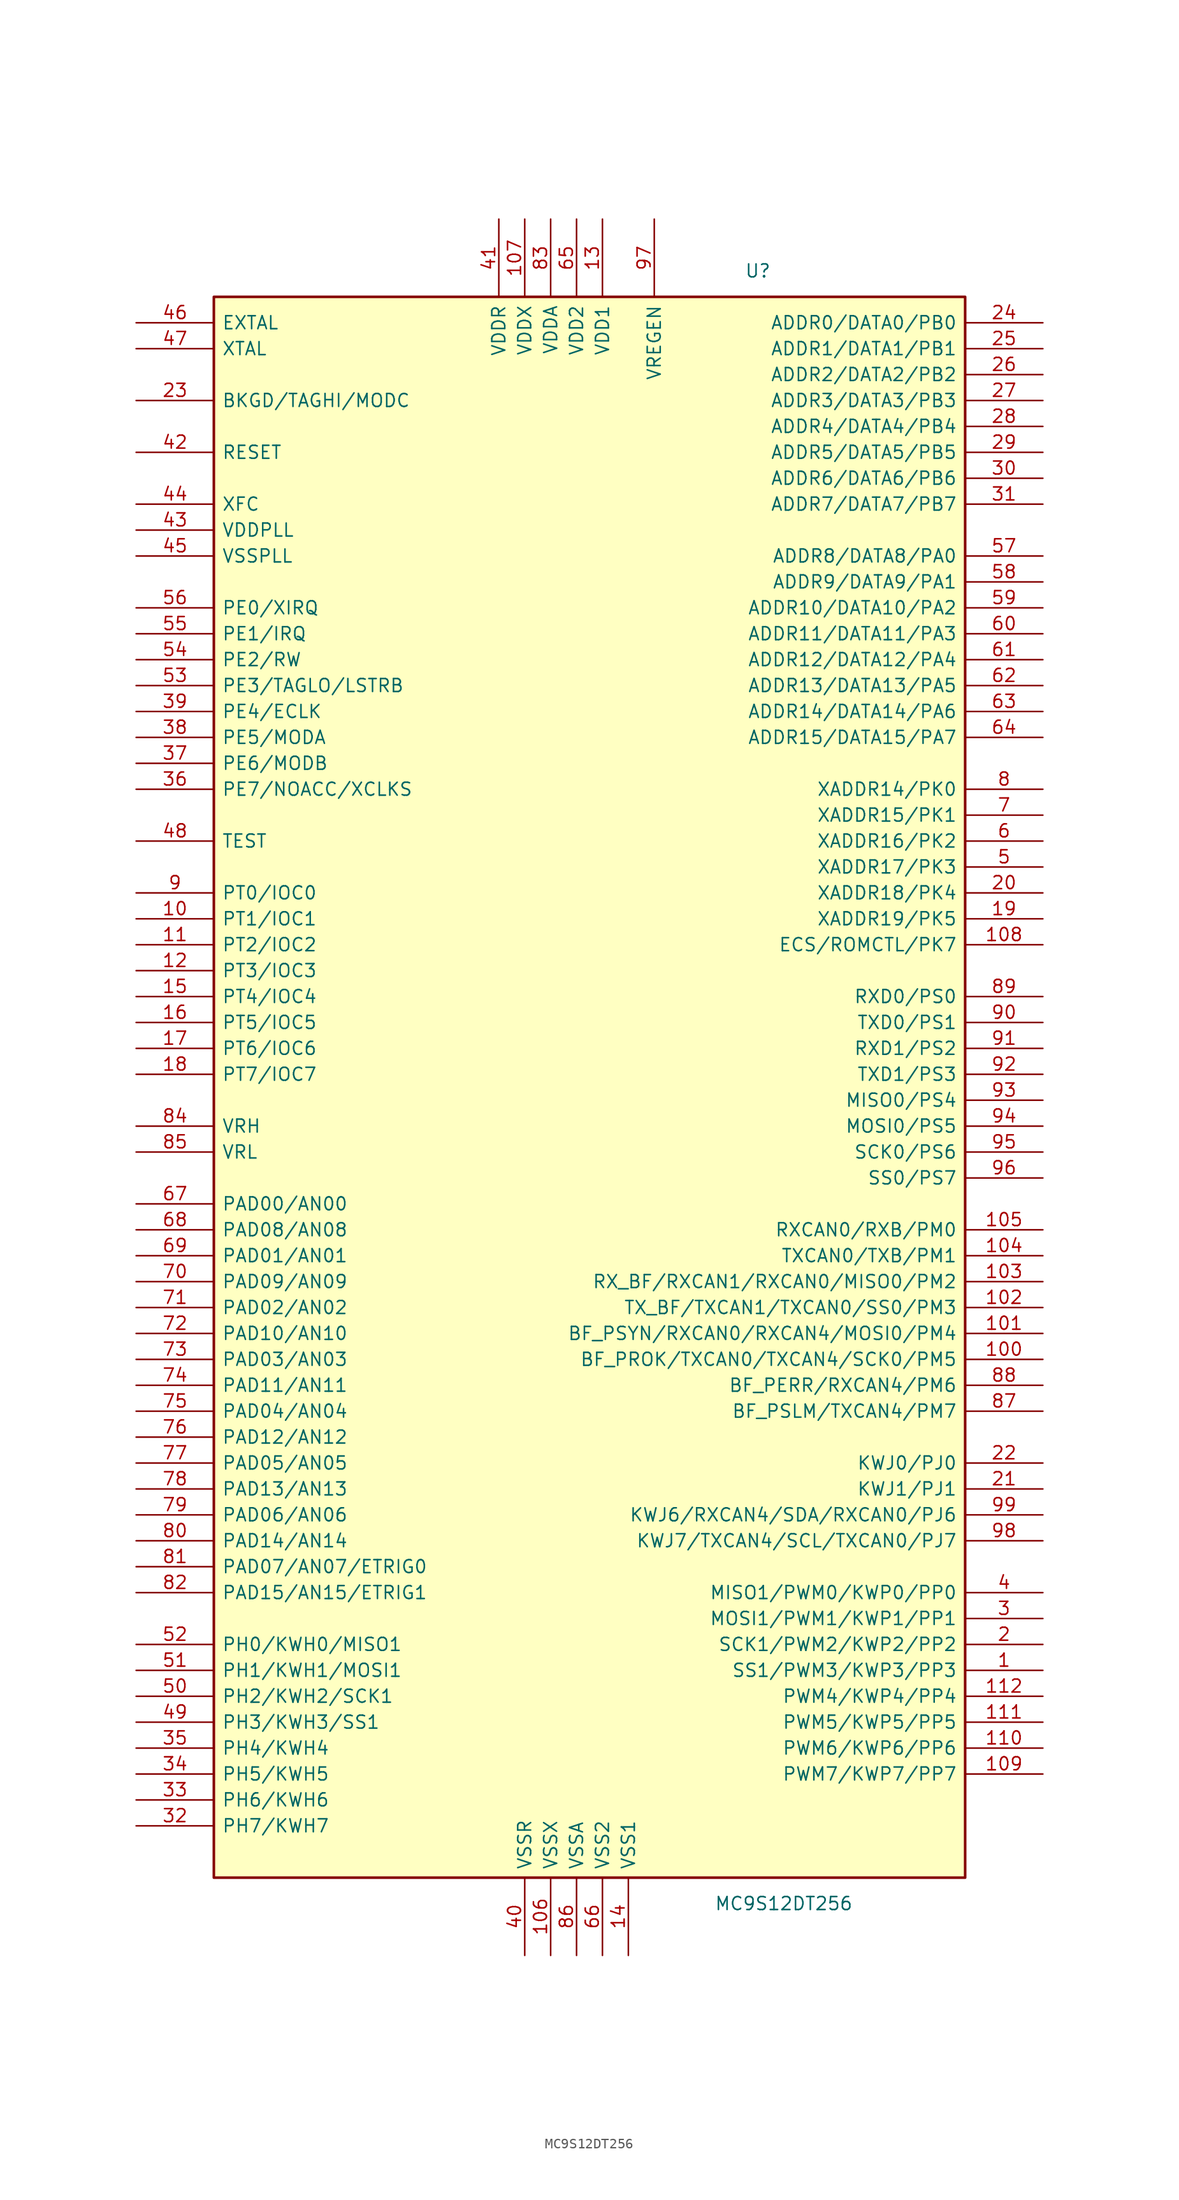
<source format=kicad_sym>
(kicad_symbol_lib
  (version 20231120)
  (generator "kicad_symbol_editor")
  (generator_version "8.0")
  (symbol "MC9S12DT256"
    (pin_names
      (offset 0.762))
    (property "Reference" "U"
      (at 17.78 86.36 0)
      (effects (font (size 1.27 1.27))))
    (property "Value" "MC9S12DT256"
      (at 20.32 -73.66 0)
      (effects (font (size 1.27 1.27))))
    (symbol "MC9S12DT256_0_1"
      (rectangle (start -35.56 83.82) (end 38.1 -71.12) (stroke (width 0.254) (type default)) (fill (type background))))
    (symbol "MC9S12DT256_1_1"
      (pin bidirectional line (at 45.72 -50.8 180) (length 7.62) (name "SS1/PWM3/KWP3/PP3" (effects (font (size 1.27 1.27)))) (number "1" (effects (font (size 1.27 1.27)))))
      (pin bidirectional line (at -43.18 22.86 0) (length 7.62) (name "PT1/IOC1" (effects (font (size 1.27 1.27)))) (number "10" (effects (font (size 1.27 1.27)))))
      (pin bidirectional line (at 45.72 -20.32 180) (length 7.62) (name "BF_PROK/TXCAN0/TXCAN4/SCK0/PM5" (effects (font (size 1.27 1.27)))) (number "100" (effects (font (size 1.27 1.27)))))
      (pin bidirectional line (at 45.72 -17.78 180) (length 7.62) (name "BF_PSYN/RXCAN0/RXCAN4/MOSI0/PM4" (effects (font (size 1.27 1.27)))) (number "101" (effects (font (size 1.27 1.27)))))
      (pin bidirectional line (at 45.72 -15.24 180) (length 7.62) (name "TX_BF/TXCAN1/TXCAN0/SS0/PM3" (effects (font (size 1.27 1.27)))) (number "102" (effects (font (size 1.27 1.27)))))
      (pin bidirectional line (at 45.72 -12.7 180) (length 7.62) (name "RX_BF/RXCAN1/RXCAN0/MISO0/PM2" (effects (font (size 1.27 1.27)))) (number "103" (effects (font (size 1.27 1.27)))))
      (pin bidirectional line (at 45.72 -10.16 180) (length 7.62) (name "TXCAN0/TXB/PM1" (effects (font (size 1.27 1.27)))) (number "104" (effects (font (size 1.27 1.27)))))
      (pin bidirectional line (at 45.72 -7.62 180) (length 7.62) (name "RXCAN0/RXB/PM0" (effects (font (size 1.27 1.27)))) (number "105" (effects (font (size 1.27 1.27)))))
      (pin power_in line (at -2.54 -78.74 90) (length 7.62) (name "VSSX" (effects (font (size 1.27 1.27)))) (number "106" (effects (font (size 1.27 1.27)))))
      (pin power_in line (at -5.08 91.44 270) (length 7.62) (name "VDDX" (effects (font (size 1.27 1.27)))) (number "107" (effects (font (size 1.27 1.27)))))
      (pin bidirectional line (at 45.72 20.32 180) (length 7.62) (name "ECS/ROMCTL/PK7" (effects (font (size 1.27 1.27)))) (number "108" (effects (font (size 1.27 1.27)))))
      (pin bidirectional line (at 45.72 -60.96 180) (length 7.62) (name "PWM7/KWP7/PP7" (effects (font (size 1.27 1.27)))) (number "109" (effects (font (size 1.27 1.27)))))
      (pin bidirectional line (at -43.18 20.32 0) (length 7.62) (name "PT2/IOC2" (effects (font (size 1.27 1.27)))) (number "11" (effects (font (size 1.27 1.27)))))
      (pin bidirectional line (at 45.72 -58.42 180) (length 7.62) (name "PWM6/KWP6/PP6" (effects (font (size 1.27 1.27)))) (number "110" (effects (font (size 1.27 1.27)))))
      (pin bidirectional line (at 45.72 -55.88 180) (length 7.62) (name "PWM5/KWP5/PP5" (effects (font (size 1.27 1.27)))) (number "111" (effects (font (size 1.27 1.27)))))
      (pin bidirectional line (at 45.72 -53.34 180) (length 7.62) (name "PWM4/KWP4/PP4" (effects (font (size 1.27 1.27)))) (number "112" (effects (font (size 1.27 1.27)))))
      (pin bidirectional line (at -43.18 17.78 0) (length 7.62) (name "PT3/IOC3" (effects (font (size 1.27 1.27)))) (number "12" (effects (font (size 1.27 1.27)))))
      (pin power_in line (at 2.54 91.44 270) (length 7.62) (name "VDD1" (effects (font (size 1.27 1.27)))) (number "13" (effects (font (size 1.27 1.27)))))
      (pin power_in line (at 5.08 -78.74 90) (length 7.62) (name "VSS1" (effects (font (size 1.27 1.27)))) (number "14" (effects (font (size 1.27 1.27)))))
      (pin bidirectional line (at -43.18 15.24 0) (length 7.62) (name "PT4/IOC4" (effects (font (size 1.27 1.27)))) (number "15" (effects (font (size 1.27 1.27)))))
      (pin bidirectional line (at -43.18 12.7 0) (length 7.62) (name "PT5/IOC5" (effects (font (size 1.27 1.27)))) (number "16" (effects (font (size 1.27 1.27)))))
      (pin bidirectional line (at -43.18 10.16 0) (length 7.62) (name "PT6/IOC6" (effects (font (size 1.27 1.27)))) (number "17" (effects (font (size 1.27 1.27)))))
      (pin bidirectional line (at -43.18 7.62 0) (length 7.62) (name "PT7/IOC7" (effects (font (size 1.27 1.27)))) (number "18" (effects (font (size 1.27 1.27)))))
      (pin bidirectional line (at 45.72 22.86 180) (length 7.62) (name "XADDR19/PK5" (effects (font (size 1.27 1.27)))) (number "19" (effects (font (size 1.27 1.27)))))
      (pin bidirectional line (at 45.72 -48.26 180) (length 7.62) (name "SCK1/PWM2/KWP2/PP2" (effects (font (size 1.27 1.27)))) (number "2" (effects (font (size 1.27 1.27)))))
      (pin bidirectional line (at 45.72 25.4 180) (length 7.62) (name "XADDR18/PK4" (effects (font (size 1.27 1.27)))) (number "20" (effects (font (size 1.27 1.27)))))
      (pin bidirectional line (at 45.72 -33.02 180) (length 7.62) (name "KWJ1/PJ1" (effects (font (size 1.27 1.27)))) (number "21" (effects (font (size 1.27 1.27)))))
      (pin bidirectional line (at 45.72 -30.48 180) (length 7.62) (name "KWJ0/PJ0" (effects (font (size 1.27 1.27)))) (number "22" (effects (font (size 1.27 1.27)))))
      (pin bidirectional line (at -43.18 73.66 0) (length 7.62) (name "BKGD/TAGHI/MODC" (effects (font (size 1.27 1.27)))) (number "23" (effects (font (size 1.27 1.27)))))
      (pin bidirectional line (at 45.72 81.28 180) (length 7.62) (name "ADDR0/DATA0/PB0" (effects (font (size 1.27 1.27)))) (number "24" (effects (font (size 1.27 1.27)))))
      (pin bidirectional line (at 45.72 78.74 180) (length 7.62) (name "ADDR1/DATA1/PB1" (effects (font (size 1.27 1.27)))) (number "25" (effects (font (size 1.27 1.27)))))
      (pin bidirectional line (at 45.72 76.2 180) (length 7.62) (name "ADDR2/DATA2/PB2" (effects (font (size 1.27 1.27)))) (number "26" (effects (font (size 1.27 1.27)))))
      (pin bidirectional line (at 45.72 73.66 180) (length 7.62) (name "ADDR3/DATA3/PB3" (effects (font (size 1.27 1.27)))) (number "27" (effects (font (size 1.27 1.27)))))
      (pin bidirectional line (at 45.72 71.12 180) (length 7.62) (name "ADDR4/DATA4/PB4" (effects (font (size 1.27 1.27)))) (number "28" (effects (font (size 1.27 1.27)))))
      (pin bidirectional line (at 45.72 68.58 180) (length 7.62) (name "ADDR5/DATA5/PB5" (effects (font (size 1.27 1.27)))) (number "29" (effects (font (size 1.27 1.27)))))
      (pin bidirectional line (at 45.72 -45.72 180) (length 7.62) (name "MOSI1/PWM1/KWP1/PP1" (effects (font (size 1.27 1.27)))) (number "3" (effects (font (size 1.27 1.27)))))
      (pin bidirectional line (at 45.72 66.04 180) (length 7.62) (name "ADDR6/DATA6/PB6" (effects (font (size 1.27 1.27)))) (number "30" (effects (font (size 1.27 1.27)))))
      (pin bidirectional line (at 45.72 63.5 180) (length 7.62) (name "ADDR7/DATA7/PB7" (effects (font (size 1.27 1.27)))) (number "31" (effects (font (size 1.27 1.27)))))
      (pin bidirectional line (at -43.18 -66.04 0) (length 7.62) (name "PH7/KWH7" (effects (font (size 1.27 1.27)))) (number "32" (effects (font (size 1.27 1.27)))))
      (pin bidirectional line (at -43.18 -63.5 0) (length 7.62) (name "PH6/KWH6" (effects (font (size 1.27 1.27)))) (number "33" (effects (font (size 1.27 1.27)))))
      (pin bidirectional line (at -43.18 -60.96 0) (length 7.62) (name "PH5/KWH5" (effects (font (size 1.27 1.27)))) (number "34" (effects (font (size 1.27 1.27)))))
      (pin bidirectional line (at -43.18 -58.42 0) (length 7.62) (name "PH4/KWH4" (effects (font (size 1.27 1.27)))) (number "35" (effects (font (size 1.27 1.27)))))
      (pin bidirectional line (at -43.18 35.56 0) (length 7.62) (name "PE7/NOACC/XCLKS" (effects (font (size 1.27 1.27)))) (number "36" (effects (font (size 1.27 1.27)))))
      (pin bidirectional line (at -43.18 38.1 0) (length 7.62) (name "PE6/MODB" (effects (font (size 1.27 1.27)))) (number "37" (effects (font (size 1.27 1.27)))))
      (pin bidirectional line (at -43.18 40.64 0) (length 7.62) (name "PE5/MODA" (effects (font (size 1.27 1.27)))) (number "38" (effects (font (size 1.27 1.27)))))
      (pin bidirectional line (at -43.18 43.18 0) (length 7.62) (name "PE4/ECLK" (effects (font (size 1.27 1.27)))) (number "39" (effects (font (size 1.27 1.27)))))
      (pin bidirectional line (at 45.72 -43.18 180) (length 7.62) (name "MISO1/PWM0/KWP0/PP0" (effects (font (size 1.27 1.27)))) (number "4" (effects (font (size 1.27 1.27)))))
      (pin power_in line (at -5.08 -78.74 90) (length 7.62) (name "VSSR" (effects (font (size 1.27 1.27)))) (number "40" (effects (font (size 1.27 1.27)))))
      (pin power_in line (at -7.62 91.44 270) (length 7.62) (name "VDDR" (effects (font (size 1.27 1.27)))) (number "41" (effects (font (size 1.27 1.27)))))
      (pin bidirectional line (at -43.18 68.58 0) (length 7.62) (name "RESET" (effects (font (size 1.27 1.27)))) (number "42" (effects (font (size 1.27 1.27)))))
      (pin power_in line (at -43.18 60.96 0) (length 7.62) (name "VDDPLL" (effects (font (size 1.27 1.27)))) (number "43" (effects (font (size 1.27 1.27)))))
      (pin bidirectional line (at -43.18 63.5 0) (length 7.62) (name "XFC" (effects (font (size 1.27 1.27)))) (number "44" (effects (font (size 1.27 1.27)))))
      (pin bidirectional line (at -43.18 58.42 0) (length 7.62) (name "VSSPLL" (effects (font (size 1.27 1.27)))) (number "45" (effects (font (size 1.27 1.27)))))
      (pin input line (at -43.18 81.28 0) (length 7.62) (name "EXTAL" (effects (font (size 1.27 1.27)))) (number "46" (effects (font (size 1.27 1.27)))))
      (pin output line (at -43.18 78.74 0) (length 7.62) (name "XTAL" (effects (font (size 1.27 1.27)))) (number "47" (effects (font (size 1.27 1.27)))))
      (pin input line (at -43.18 30.48 0) (length 7.62) (name "TEST" (effects (font (size 1.27 1.27)))) (number "48" (effects (font (size 1.27 1.27)))))
      (pin bidirectional line (at -43.18 -55.88 0) (length 7.62) (name "PH3/KWH3/SS1" (effects (font (size 1.27 1.27)))) (number "49" (effects (font (size 1.27 1.27)))))
      (pin bidirectional line (at 45.72 27.94 180) (length 7.62) (name "XADDR17/PK3" (effects (font (size 1.27 1.27)))) (number "5" (effects (font (size 1.27 1.27)))))
      (pin bidirectional line (at -43.18 -53.34 0) (length 7.62) (name "PH2/KWH2/SCK1" (effects (font (size 1.27 1.27)))) (number "50" (effects (font (size 1.27 1.27)))))
      (pin bidirectional line (at -43.18 -50.8 0) (length 7.62) (name "PH1/KWH1/MOSI1" (effects (font (size 1.27 1.27)))) (number "51" (effects (font (size 1.27 1.27)))))
      (pin bidirectional line (at -43.18 -48.26 0) (length 7.62) (name "PH0/KWH0/MISO1" (effects (font (size 1.27 1.27)))) (number "52" (effects (font (size 1.27 1.27)))))
      (pin bidirectional line (at -43.18 45.72 0) (length 7.62) (name "PE3/TAGLO/LSTRB" (effects (font (size 1.27 1.27)))) (number "53" (effects (font (size 1.27 1.27)))))
      (pin bidirectional line (at -43.18 48.26 0) (length 7.62) (name "PE2/RW" (effects (font (size 1.27 1.27)))) (number "54" (effects (font (size 1.27 1.27)))))
      (pin input line (at -43.18 50.8 0) (length 7.62) (name "PE1/IRQ" (effects (font (size 1.27 1.27)))) (number "55" (effects (font (size 1.27 1.27)))))
      (pin input line (at -43.18 53.34 0) (length 7.62) (name "PE0/XIRQ" (effects (font (size 1.27 1.27)))) (number "56" (effects (font (size 1.27 1.27)))))
      (pin bidirectional line (at 45.72 58.42 180) (length 7.62) (name "ADDR8/DATA8/PA0" (effects (font (size 1.27 1.27)))) (number "57" (effects (font (size 1.27 1.27)))))
      (pin bidirectional line (at 45.72 55.88 180) (length 7.62) (name "ADDR9/DATA9/PA1" (effects (font (size 1.27 1.27)))) (number "58" (effects (font (size 1.27 1.27)))))
      (pin bidirectional line (at 45.72 53.34 180) (length 7.62) (name "ADDR10/DATA10/PA2" (effects (font (size 1.27 1.27)))) (number "59" (effects (font (size 1.27 1.27)))))
      (pin bidirectional line (at 45.72 30.48 180) (length 7.62) (name "XADDR16/PK2" (effects (font (size 1.27 1.27)))) (number "6" (effects (font (size 1.27 1.27)))))
      (pin bidirectional line (at 45.72 50.8 180) (length 7.62) (name "ADDR11/DATA11/PA3" (effects (font (size 1.27 1.27)))) (number "60" (effects (font (size 1.27 1.27)))))
      (pin bidirectional line (at 45.72 48.26 180) (length 7.62) (name "ADDR12/DATA12/PA4" (effects (font (size 1.27 1.27)))) (number "61" (effects (font (size 1.27 1.27)))))
      (pin bidirectional line (at 45.72 45.72 180) (length 7.62) (name "ADDR13/DATA13/PA5" (effects (font (size 1.27 1.27)))) (number "62" (effects (font (size 1.27 1.27)))))
      (pin bidirectional line (at 45.72 43.18 180) (length 7.62) (name "ADDR14/DATA14/PA6" (effects (font (size 1.27 1.27)))) (number "63" (effects (font (size 1.27 1.27)))))
      (pin bidirectional line (at 45.72 40.64 180) (length 7.62) (name "ADDR15/DATA15/PA7" (effects (font (size 1.27 1.27)))) (number "64" (effects (font (size 1.27 1.27)))))
      (pin power_in line (at 0 91.44 270) (length 7.62) (name "VDD2" (effects (font (size 1.27 1.27)))) (number "65" (effects (font (size 1.27 1.27)))))
      (pin power_in line (at 2.54 -78.74 90) (length 7.62) (name "VSS2" (effects (font (size 1.27 1.27)))) (number "66" (effects (font (size 1.27 1.27)))))
      (pin input line (at -43.18 -5.08 0) (length 7.62) (name "PAD00/AN00" (effects (font (size 1.27 1.27)))) (number "67" (effects (font (size 1.27 1.27)))))
      (pin input line (at -43.18 -7.62 0) (length 7.62) (name "PAD08/AN08" (effects (font (size 1.27 1.27)))) (number "68" (effects (font (size 1.27 1.27)))))
      (pin input line (at -43.18 -10.16 0) (length 7.62) (name "PAD01/AN01" (effects (font (size 1.27 1.27)))) (number "69" (effects (font (size 1.27 1.27)))))
      (pin bidirectional line (at 45.72 33.02 180) (length 7.62) (name "XADDR15/PK1" (effects (font (size 1.27 1.27)))) (number "7" (effects (font (size 1.27 1.27)))))
      (pin input line (at -43.18 -12.7 0) (length 7.62) (name "PAD09/AN09" (effects (font (size 1.27 1.27)))) (number "70" (effects (font (size 1.27 1.27)))))
      (pin input line (at -43.18 -15.24 0) (length 7.62) (name "PAD02/AN02" (effects (font (size 1.27 1.27)))) (number "71" (effects (font (size 1.27 1.27)))))
      (pin input line (at -43.18 -17.78 0) (length 7.62) (name "PAD10/AN10" (effects (font (size 1.27 1.27)))) (number "72" (effects (font (size 1.27 1.27)))))
      (pin input line (at -43.18 -20.32 0) (length 7.62) (name "PAD03/AN03" (effects (font (size 1.27 1.27)))) (number "73" (effects (font (size 1.27 1.27)))))
      (pin input line (at -43.18 -22.86 0) (length 7.62) (name "PAD11/AN11" (effects (font (size 1.27 1.27)))) (number "74" (effects (font (size 1.27 1.27)))))
      (pin input line (at -43.18 -25.4 0) (length 7.62) (name "PAD04/AN04" (effects (font (size 1.27 1.27)))) (number "75" (effects (font (size 1.27 1.27)))))
      (pin input line (at -43.18 -27.94 0) (length 7.62) (name "PAD12/AN12" (effects (font (size 1.27 1.27)))) (number "76" (effects (font (size 1.27 1.27)))))
      (pin input line (at -43.18 -30.48 0) (length 7.62) (name "PAD05/AN05" (effects (font (size 1.27 1.27)))) (number "77" (effects (font (size 1.27 1.27)))))
      (pin input line (at -43.18 -33.02 0) (length 7.62) (name "PAD13/AN13" (effects (font (size 1.27 1.27)))) (number "78" (effects (font (size 1.27 1.27)))))
      (pin input line (at -43.18 -35.56 0) (length 7.62) (name "PAD06/AN06" (effects (font (size 1.27 1.27)))) (number "79" (effects (font (size 1.27 1.27)))))
      (pin bidirectional line (at 45.72 35.56 180) (length 7.62) (name "XADDR14/PK0" (effects (font (size 1.27 1.27)))) (number "8" (effects (font (size 1.27 1.27)))))
      (pin input line (at -43.18 -38.1 0) (length 7.62) (name "PAD14/AN14" (effects (font (size 1.27 1.27)))) (number "80" (effects (font (size 1.27 1.27)))))
      (pin input line (at -43.18 -40.64 0) (length 7.62) (name "PAD07/AN07/ETRIG0" (effects (font (size 1.27 1.27)))) (number "81" (effects (font (size 1.27 1.27)))))
      (pin input line (at -43.18 -43.18 0) (length 7.62) (name "PAD15/AN15/ETRIG1" (effects (font (size 1.27 1.27)))) (number "82" (effects (font (size 1.27 1.27)))))
      (pin power_in line (at -2.54 91.44 270) (length 7.62) (name "VDDA" (effects (font (size 1.27 1.27)))) (number "83" (effects (font (size 1.27 1.27)))))
      (pin passive line (at -43.18 2.54 0) (length 7.62) (name "VRH" (effects (font (size 1.27 1.27)))) (number "84" (effects (font (size 1.27 1.27)))))
      (pin passive line (at -43.18 0 0) (length 7.62) (name "VRL" (effects (font (size 1.27 1.27)))) (number "85" (effects (font (size 1.27 1.27)))))
      (pin power_in line (at 0 -78.74 90) (length 7.62) (name "VSSA" (effects (font (size 1.27 1.27)))) (number "86" (effects (font (size 1.27 1.27)))))
      (pin bidirectional line (at 45.72 -25.4 180) (length 7.62) (name "BF_PSLM/TXCAN4/PM7" (effects (font (size 1.27 1.27)))) (number "87" (effects (font (size 1.27 1.27)))))
      (pin bidirectional line (at 45.72 -22.86 180) (length 7.62) (name "BF_PERR/RXCAN4/PM6" (effects (font (size 1.27 1.27)))) (number "88" (effects (font (size 1.27 1.27)))))
      (pin bidirectional line (at 45.72 15.24 180) (length 7.62) (name "RXD0/PS0" (effects (font (size 1.27 1.27)))) (number "89" (effects (font (size 1.27 1.27)))))
      (pin bidirectional line (at -43.18 25.4 0) (length 7.62) (name "PT0/IOC0" (effects (font (size 1.27 1.27)))) (number "9" (effects (font (size 1.27 1.27)))))
      (pin bidirectional line (at 45.72 12.7 180) (length 7.62) (name "TXD0/PS1" (effects (font (size 1.27 1.27)))) (number "90" (effects (font (size 1.27 1.27)))))
      (pin bidirectional line (at 45.72 10.16 180) (length 7.62) (name "RXD1/PS2" (effects (font (size 1.27 1.27)))) (number "91" (effects (font (size 1.27 1.27)))))
      (pin bidirectional line (at 45.72 7.62 180) (length 7.62) (name "TXD1/PS3" (effects (font (size 1.27 1.27)))) (number "92" (effects (font (size 1.27 1.27)))))
      (pin bidirectional line (at 45.72 5.08 180) (length 7.62) (name "MISO0/PS4" (effects (font (size 1.27 1.27)))) (number "93" (effects (font (size 1.27 1.27)))))
      (pin bidirectional line (at 45.72 2.54 180) (length 7.62) (name "MOSI0/PS5" (effects (font (size 1.27 1.27)))) (number "94" (effects (font (size 1.27 1.27)))))
      (pin bidirectional line (at 45.72 0 180) (length 7.62) (name "SCK0/PS6" (effects (font (size 1.27 1.27)))) (number "95" (effects (font (size 1.27 1.27)))))
      (pin bidirectional line (at 45.72 -2.54 180) (length 7.62) (name "SS0/PS7" (effects (font (size 1.27 1.27)))) (number "96" (effects (font (size 1.27 1.27)))))
      (pin input line (at 7.62 91.44 270) (length 7.62) (name "VREGEN" (effects (font (size 1.27 1.27)))) (number "97" (effects (font (size 1.27 1.27)))))
      (pin bidirectional line (at 45.72 -38.1 180) (length 7.62) (name "KWJ7/TXCAN4/SCL/TXCAN0/PJ7" (effects (font (size 1.27 1.27)))) (number "98" (effects (font (size 1.27 1.27)))))
      (pin bidirectional line (at 45.72 -35.56 180) (length 7.62) (name "KWJ6/RXCAN4/SDA/RXCAN0/PJ6" (effects (font (size 1.27 1.27)))) (number "99" (effects (font (size 1.27 1.27))))))))
</source>
